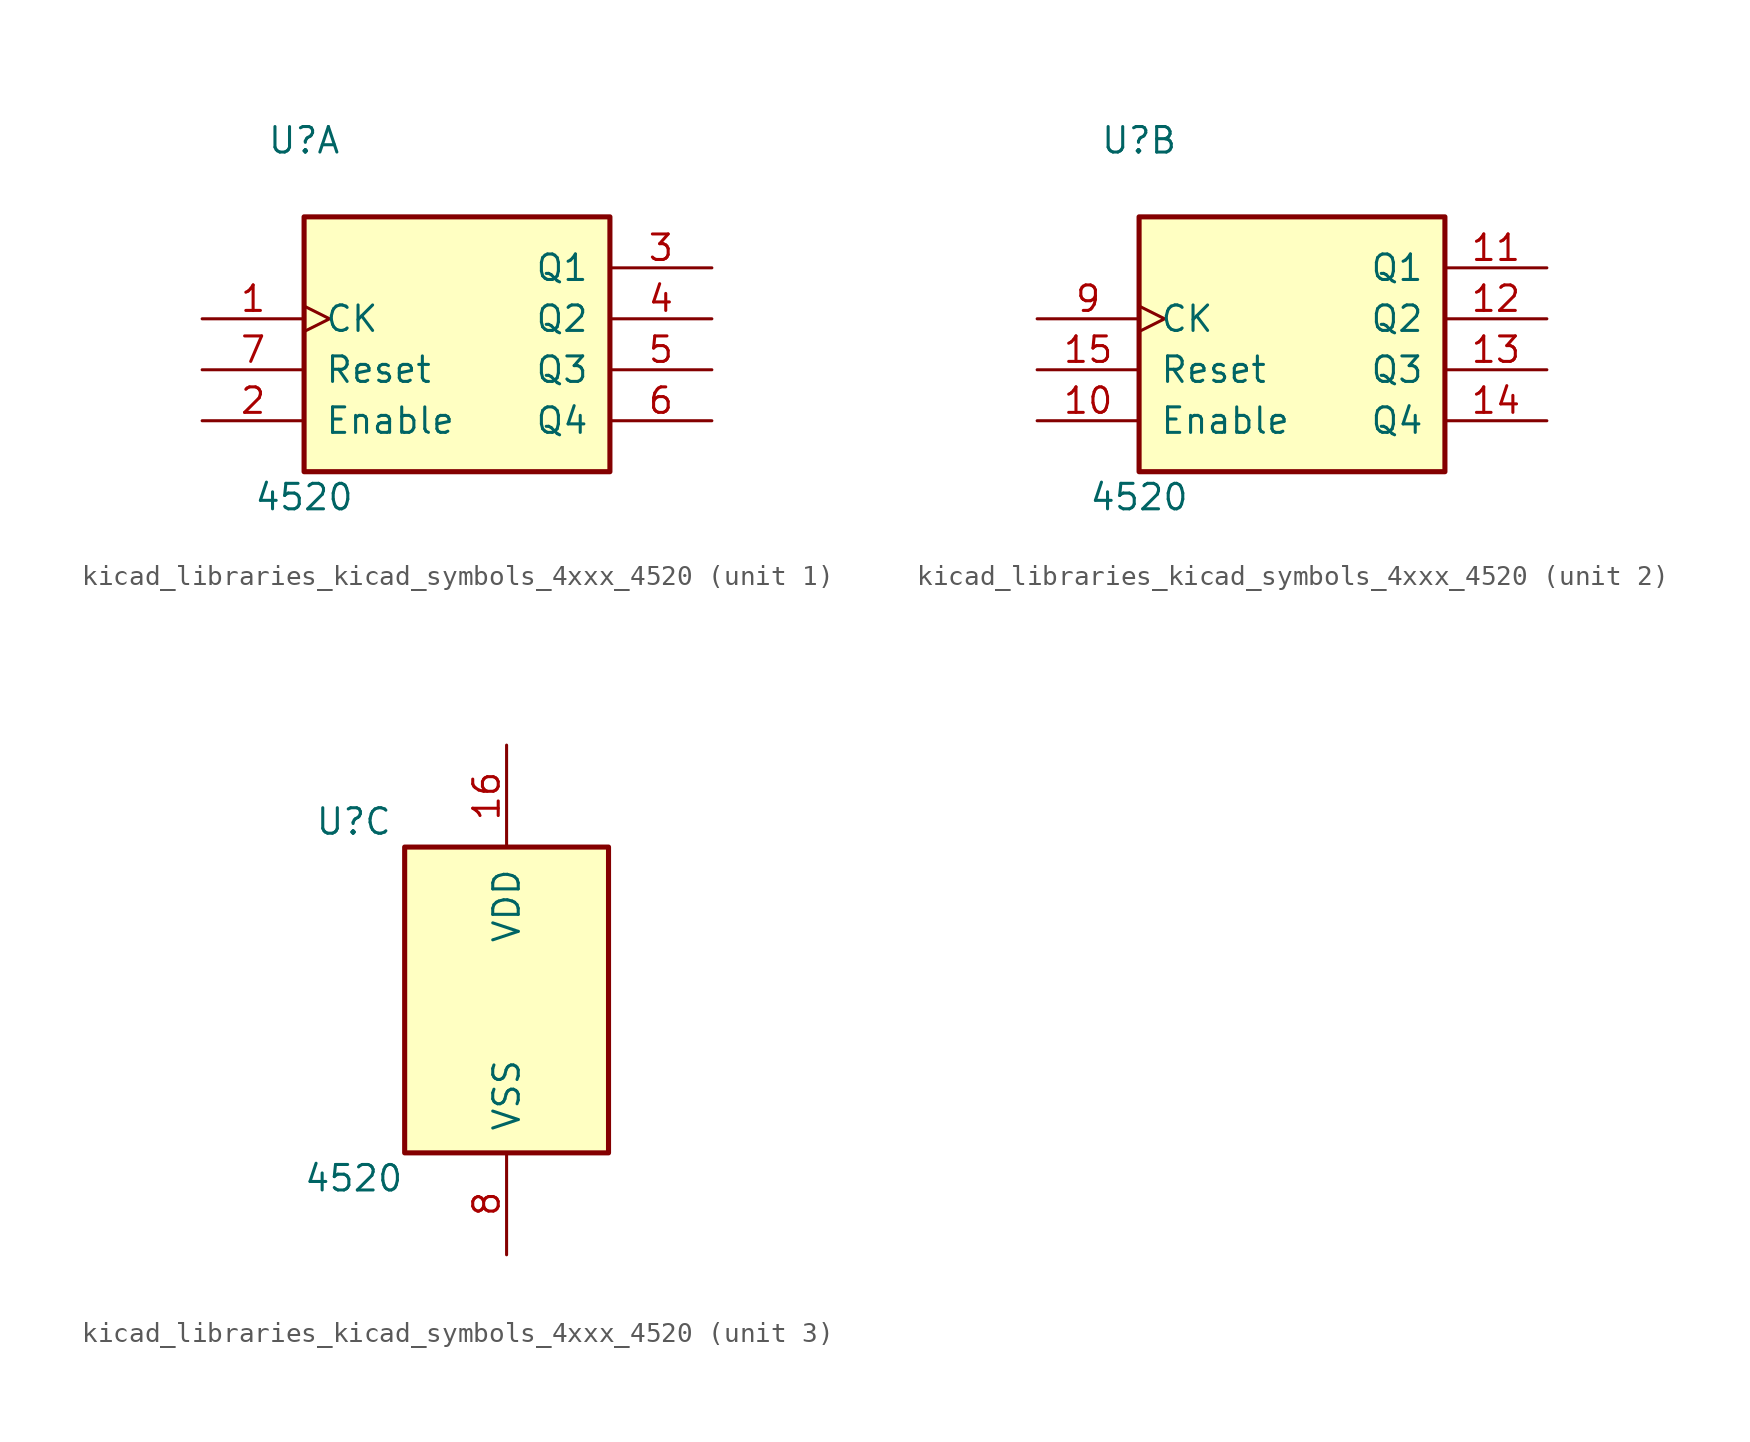
<source format=kicad_sym>
(kicad_symbol_lib
  (version 20220914)
  (generator kicad_symbol_editor)
  (symbol "kicad_libraries_kicad_symbols_4xxx_4520"
    (pin_names
      (offset 1.016))
    (property "Reference" "U"
      (at -7.62 8.89 0)
      (effects (font (size 1.27 1.27))))
    (property "Value" "4520"
      (at -7.62 -8.89 0)
      (effects (font (size 1.27 1.27))))
    (property "ki_locked" ""
      (at 0 0 0)
      (effects (font (size 1.27 1.27))))
    (symbol "kicad_libraries_kicad_symbols_4xxx_4520_1_0"
      (pin input clock (at -12.7 0 0) (length 5.08) (name "CK" (effects (font (size 1.27 1.27)))) (number "1" (effects (font (size 1.27 1.27)))))
      (pin input line (at -12.7 -5.08 0) (length 5.08) (name "Enable" (effects (font (size 1.27 1.27)))) (number "2" (effects (font (size 1.27 1.27)))))
      (pin output line (at 12.7 2.54 180) (length 5.08) (name "Q1" (effects (font (size 1.27 1.27)))) (number "3" (effects (font (size 1.27 1.27)))))
      (pin output line (at 12.7 0 180) (length 5.08) (name "Q2" (effects (font (size 1.27 1.27)))) (number "4" (effects (font (size 1.27 1.27)))))
      (pin output line (at 12.7 -2.54 180) (length 5.08) (name "Q3" (effects (font (size 1.27 1.27)))) (number "5" (effects (font (size 1.27 1.27)))))
      (pin output line (at 12.7 -5.08 180) (length 5.08) (name "Q4" (effects (font (size 1.27 1.27)))) (number "6" (effects (font (size 1.27 1.27)))))
      (pin input line (at -12.7 -2.54 0) (length 5.08) (name "Reset" (effects (font (size 1.27 1.27)))) (number "7" (effects (font (size 1.27 1.27))))))
    (symbol "kicad_libraries_kicad_symbols_4xxx_4520_1_1"
      (rectangle (start -7.62 5.08) (end 7.62 -7.62) (stroke (width 0.254) (type default)) (fill (type background))))
    (symbol "kicad_libraries_kicad_symbols_4xxx_4520_2_0"
      (pin input line (at -12.7 -5.08 0) (length 5.08) (name "Enable" (effects (font (size 1.27 1.27)))) (number "10" (effects (font (size 1.27 1.27)))))
      (pin output line (at 12.7 2.54 180) (length 5.08) (name "Q1" (effects (font (size 1.27 1.27)))) (number "11" (effects (font (size 1.27 1.27)))))
      (pin output line (at 12.7 0 180) (length 5.08) (name "Q2" (effects (font (size 1.27 1.27)))) (number "12" (effects (font (size 1.27 1.27)))))
      (pin output line (at 12.7 -2.54 180) (length 5.08) (name "Q3" (effects (font (size 1.27 1.27)))) (number "13" (effects (font (size 1.27 1.27)))))
      (pin output line (at 12.7 -5.08 180) (length 5.08) (name "Q4" (effects (font (size 1.27 1.27)))) (number "14" (effects (font (size 1.27 1.27)))))
      (pin input line (at -12.7 -2.54 0) (length 5.08) (name "Reset" (effects (font (size 1.27 1.27)))) (number "15" (effects (font (size 1.27 1.27)))))
      (pin input clock (at -12.7 0 0) (length 5.08) (name "CK" (effects (font (size 1.27 1.27)))) (number "9" (effects (font (size 1.27 1.27))))))
    (symbol "kicad_libraries_kicad_symbols_4xxx_4520_2_1"
      (rectangle (start -7.62 5.08) (end 7.62 -7.62) (stroke (width 0.254) (type default)) (fill (type background))))
    (symbol "kicad_libraries_kicad_symbols_4xxx_4520_3_0"
      (pin power_in line (at 0 12.7 270) (length 5.08) (name "VDD" (effects (font (size 1.27 1.27)))) (number "16" (effects (font (size 1.27 1.27)))))
      (pin power_in line (at 0 -12.7 90) (length 5.08) (name "VSS" (effects (font (size 1.27 1.27)))) (number "8" (effects (font (size 1.27 1.27))))))
    (symbol "kicad_libraries_kicad_symbols_4xxx_4520_3_1"
      (rectangle (start -5.08 7.62) (end 5.08 -7.62) (stroke (width 0.254) (type default)) (fill (type background))))))
</source>
